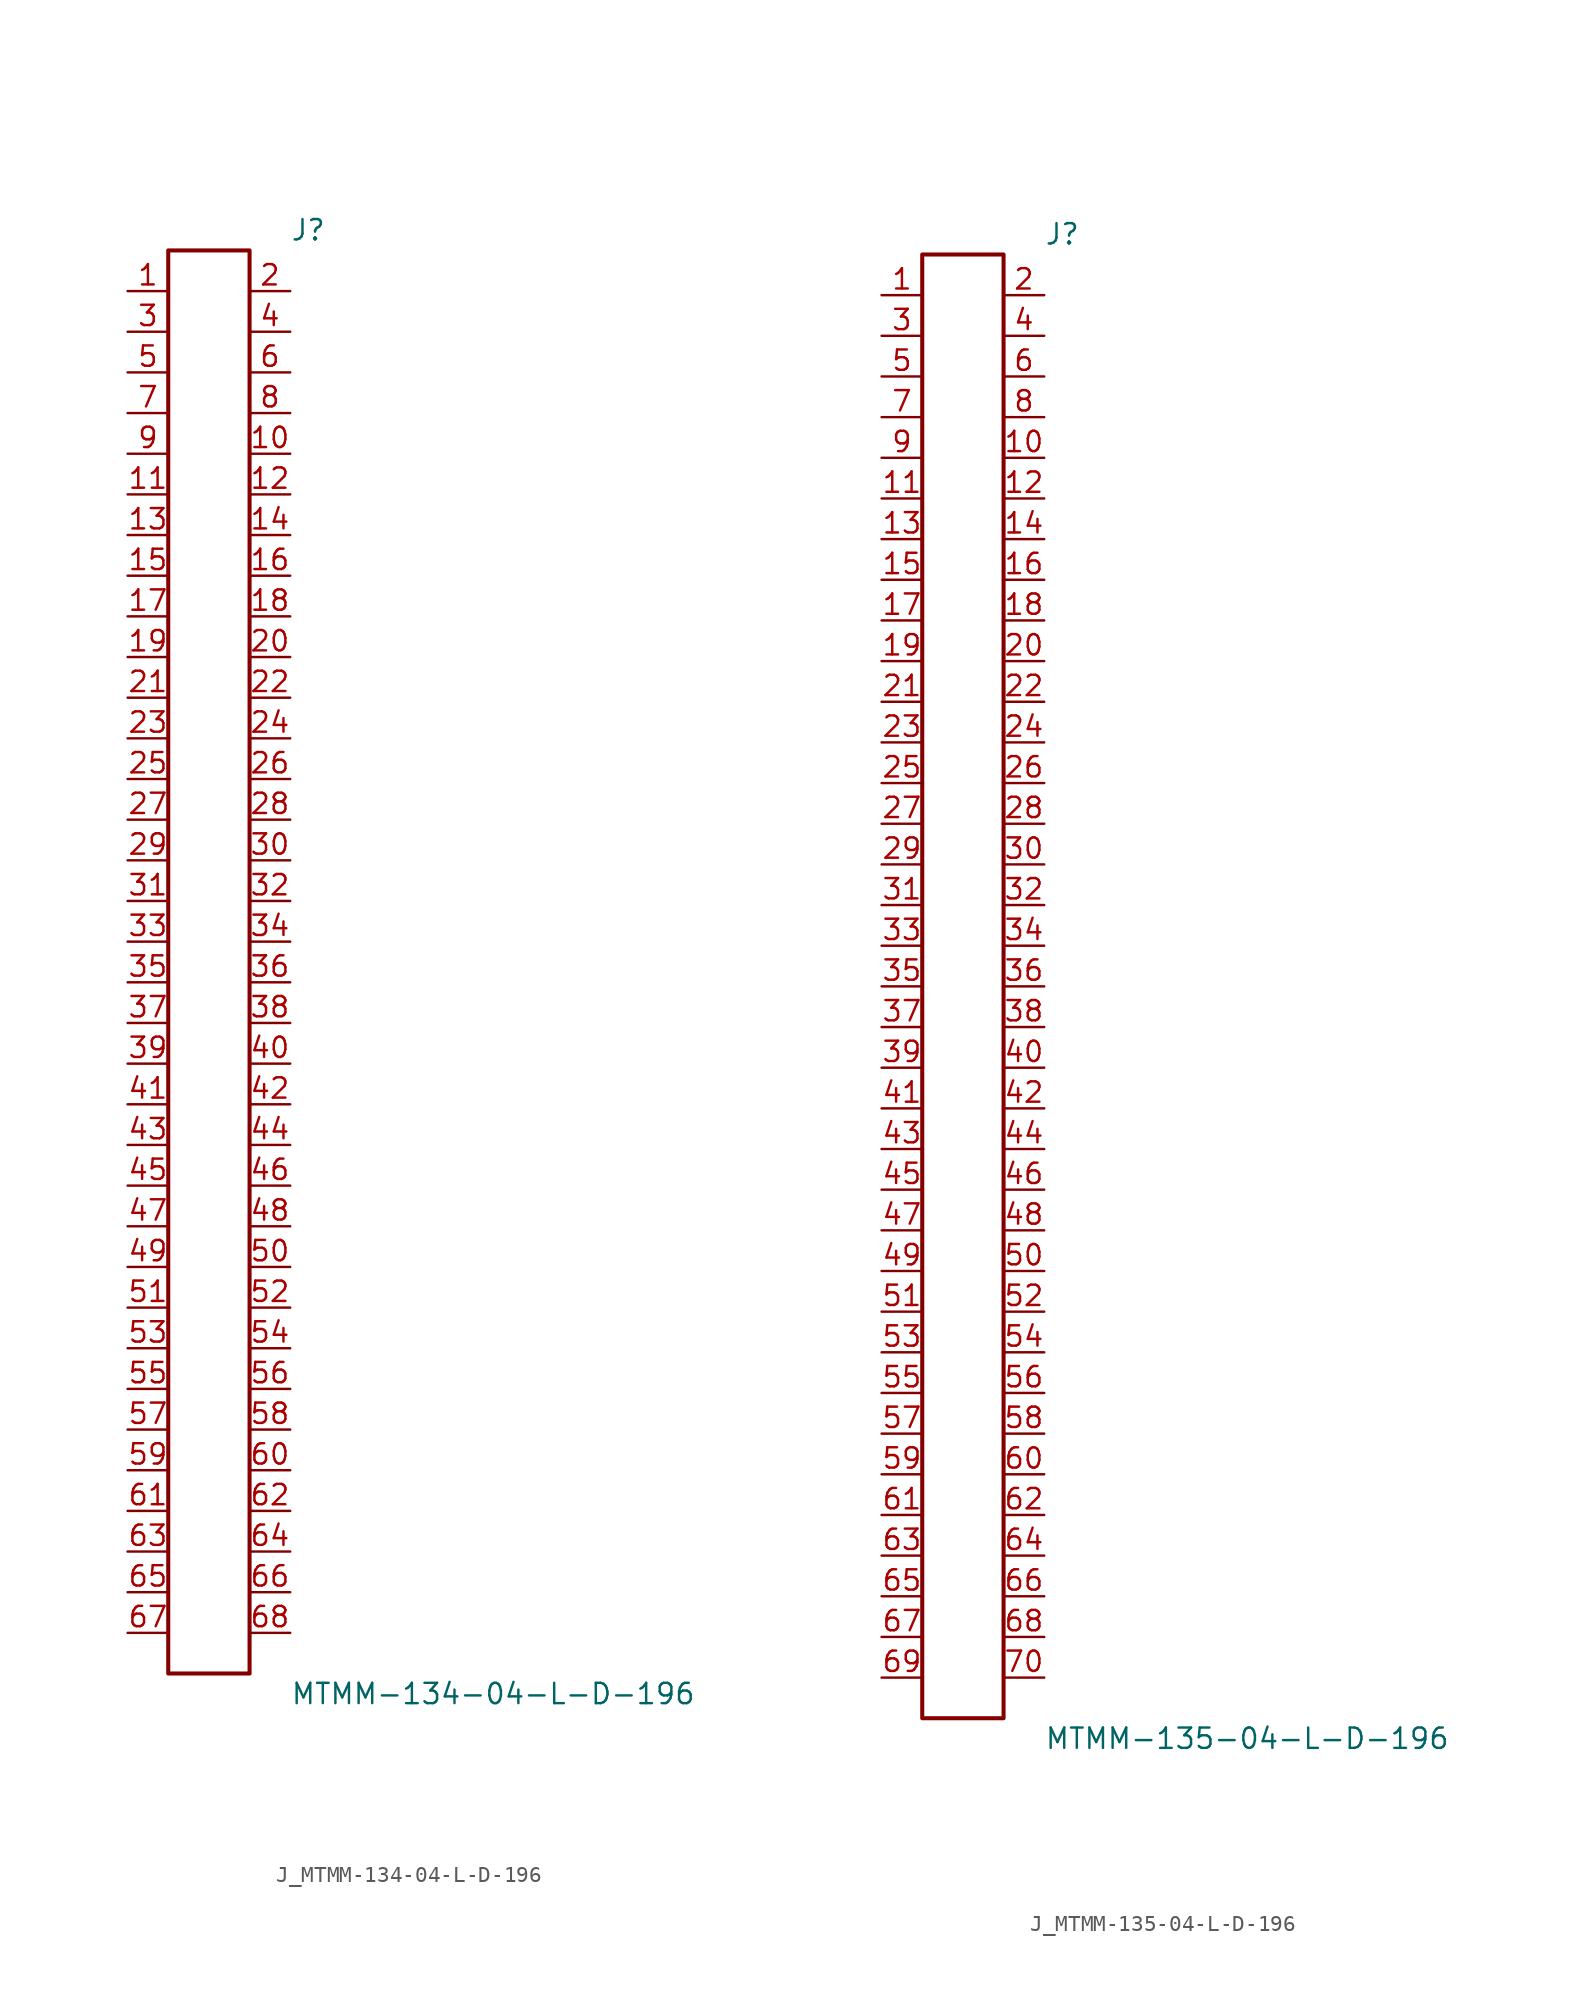
<source format=kicad_sym>
(kicad_symbol_lib
  (version 20231120)
  (generator kicad_symbol_editor)
  (generator_version 8.0)
  (symbol "J_MTMM-134-04-L-D-196"
    (pin_names
      (offset 0.254))
    (property "Reference" "J"
      (at 5.08 45.72 0)
      (effects (font (size 1.27 1.27)) (justify left)))
    (property "Value" "MTMM-134-04-L-D-196"
      (at 5.08 -45.72 0)
      (effects (font (size 1.27 1.27)) (justify left)))
    (symbol "J_MTMM-134-04-L-D-196_0_0"
      (pin passive line (at -5.08 41.91 0) (length 2.54) (name "" (effects (font (size 1.27 1.27)))) (number "1" (effects (font (size 1.27 1.27)))))
      (pin passive line (at 5.08 41.91 180) (length 2.54) (name "" (effects (font (size 1.27 1.27)))) (number "2" (effects (font (size 1.27 1.27)))))
      (pin passive line (at -5.08 39.37 0) (length 2.54) (name "" (effects (font (size 1.27 1.27)))) (number "3" (effects (font (size 1.27 1.27)))))
      (pin passive line (at 5.08 39.37 180) (length 2.54) (name "" (effects (font (size 1.27 1.27)))) (number "4" (effects (font (size 1.27 1.27)))))
      (pin passive line (at -5.08 36.83 0) (length 2.54) (name "" (effects (font (size 1.27 1.27)))) (number "5" (effects (font (size 1.27 1.27)))))
      (pin passive line (at 5.08 36.83 180) (length 2.54) (name "" (effects (font (size 1.27 1.27)))) (number "6" (effects (font (size 1.27 1.27)))))
      (pin passive line (at -5.08 34.29 0) (length 2.54) (name "" (effects (font (size 1.27 1.27)))) (number "7" (effects (font (size 1.27 1.27)))))
      (pin passive line (at 5.08 34.29 180) (length 2.54) (name "" (effects (font (size 1.27 1.27)))) (number "8" (effects (font (size 1.27 1.27)))))
      (pin passive line (at -5.08 31.75 0) (length 2.54) (name "" (effects (font (size 1.27 1.27)))) (number "9" (effects (font (size 1.27 1.27)))))
      (pin passive line (at 5.08 31.75 180) (length 2.54) (name "" (effects (font (size 1.27 1.27)))) (number "10" (effects (font (size 1.27 1.27)))))
      (pin passive line (at -5.08 29.21 0) (length 2.54) (name "" (effects (font (size 1.27 1.27)))) (number "11" (effects (font (size 1.27 1.27)))))
      (pin passive line (at 5.08 29.21 180) (length 2.54) (name "" (effects (font (size 1.27 1.27)))) (number "12" (effects (font (size 1.27 1.27)))))
      (pin passive line (at -5.08 26.67 0) (length 2.54) (name "" (effects (font (size 1.27 1.27)))) (number "13" (effects (font (size 1.27 1.27)))))
      (pin passive line (at 5.08 26.67 180) (length 2.54) (name "" (effects (font (size 1.27 1.27)))) (number "14" (effects (font (size 1.27 1.27)))))
      (pin passive line (at -5.08 24.13 0) (length 2.54) (name "" (effects (font (size 1.27 1.27)))) (number "15" (effects (font (size 1.27 1.27)))))
      (pin passive line (at 5.08 24.13 180) (length 2.54) (name "" (effects (font (size 1.27 1.27)))) (number "16" (effects (font (size 1.27 1.27)))))
      (pin passive line (at -5.08 21.59 0) (length 2.54) (name "" (effects (font (size 1.27 1.27)))) (number "17" (effects (font (size 1.27 1.27)))))
      (pin passive line (at 5.08 21.59 180) (length 2.54) (name "" (effects (font (size 1.27 1.27)))) (number "18" (effects (font (size 1.27 1.27)))))
      (pin passive line (at -5.08 19.05 0) (length 2.54) (name "" (effects (font (size 1.27 1.27)))) (number "19" (effects (font (size 1.27 1.27)))))
      (pin passive line (at 5.08 19.05 180) (length 2.54) (name "" (effects (font (size 1.27 1.27)))) (number "20" (effects (font (size 1.27 1.27)))))
      (pin passive line (at -5.08 16.51 0) (length 2.54) (name "" (effects (font (size 1.27 1.27)))) (number "21" (effects (font (size 1.27 1.27)))))
      (pin passive line (at 5.08 16.51 180) (length 2.54) (name "" (effects (font (size 1.27 1.27)))) (number "22" (effects (font (size 1.27 1.27)))))
      (pin passive line (at -5.08 13.97 0) (length 2.54) (name "" (effects (font (size 1.27 1.27)))) (number "23" (effects (font (size 1.27 1.27)))))
      (pin passive line (at 5.08 13.97 180) (length 2.54) (name "" (effects (font (size 1.27 1.27)))) (number "24" (effects (font (size 1.27 1.27)))))
      (pin passive line (at -5.08 11.43 0) (length 2.54) (name "" (effects (font (size 1.27 1.27)))) (number "25" (effects (font (size 1.27 1.27)))))
      (pin passive line (at 5.08 11.43 180) (length 2.54) (name "" (effects (font (size 1.27 1.27)))) (number "26" (effects (font (size 1.27 1.27)))))
      (pin passive line (at -5.08 8.89 0) (length 2.54) (name "" (effects (font (size 1.27 1.27)))) (number "27" (effects (font (size 1.27 1.27)))))
      (pin passive line (at 5.08 8.89 180) (length 2.54) (name "" (effects (font (size 1.27 1.27)))) (number "28" (effects (font (size 1.27 1.27)))))
      (pin passive line (at -5.08 6.35 0) (length 2.54) (name "" (effects (font (size 1.27 1.27)))) (number "29" (effects (font (size 1.27 1.27)))))
      (pin passive line (at 5.08 6.35 180) (length 2.54) (name "" (effects (font (size 1.27 1.27)))) (number "30" (effects (font (size 1.27 1.27)))))
      (pin passive line (at -5.08 3.81 0) (length 2.54) (name "" (effects (font (size 1.27 1.27)))) (number "31" (effects (font (size 1.27 1.27)))))
      (pin passive line (at 5.08 3.81 180) (length 2.54) (name "" (effects (font (size 1.27 1.27)))) (number "32" (effects (font (size 1.27 1.27)))))
      (pin passive line (at -5.08 1.27 0) (length 2.54) (name "" (effects (font (size 1.27 1.27)))) (number "33" (effects (font (size 1.27 1.27)))))
      (pin passive line (at 5.08 1.27 180) (length 2.54) (name "" (effects (font (size 1.27 1.27)))) (number "34" (effects (font (size 1.27 1.27)))))
      (pin passive line (at -5.08 -1.27 0) (length 2.54) (name "" (effects (font (size 1.27 1.27)))) (number "35" (effects (font (size 1.27 1.27)))))
      (pin passive line (at 5.08 -1.27 180) (length 2.54) (name "" (effects (font (size 1.27 1.27)))) (number "36" (effects (font (size 1.27 1.27)))))
      (pin passive line (at -5.08 -3.81 0) (length 2.54) (name "" (effects (font (size 1.27 1.27)))) (number "37" (effects (font (size 1.27 1.27)))))
      (pin passive line (at 5.08 -3.81 180) (length 2.54) (name "" (effects (font (size 1.27 1.27)))) (number "38" (effects (font (size 1.27 1.27)))))
      (pin passive line (at -5.08 -6.35 0) (length 2.54) (name "" (effects (font (size 1.27 1.27)))) (number "39" (effects (font (size 1.27 1.27)))))
      (pin passive line (at 5.08 -6.35 180) (length 2.54) (name "" (effects (font (size 1.27 1.27)))) (number "40" (effects (font (size 1.27 1.27)))))
      (pin passive line (at -5.08 -8.89 0) (length 2.54) (name "" (effects (font (size 1.27 1.27)))) (number "41" (effects (font (size 1.27 1.27)))))
      (pin passive line (at 5.08 -8.89 180) (length 2.54) (name "" (effects (font (size 1.27 1.27)))) (number "42" (effects (font (size 1.27 1.27)))))
      (pin passive line (at -5.08 -11.43 0) (length 2.54) (name "" (effects (font (size 1.27 1.27)))) (number "43" (effects (font (size 1.27 1.27)))))
      (pin passive line (at 5.08 -11.43 180) (length 2.54) (name "" (effects (font (size 1.27 1.27)))) (number "44" (effects (font (size 1.27 1.27)))))
      (pin passive line (at -5.08 -13.97 0) (length 2.54) (name "" (effects (font (size 1.27 1.27)))) (number "45" (effects (font (size 1.27 1.27)))))
      (pin passive line (at 5.08 -13.97 180) (length 2.54) (name "" (effects (font (size 1.27 1.27)))) (number "46" (effects (font (size 1.27 1.27)))))
      (pin passive line (at -5.08 -16.51 0) (length 2.54) (name "" (effects (font (size 1.27 1.27)))) (number "47" (effects (font (size 1.27 1.27)))))
      (pin passive line (at 5.08 -16.51 180) (length 2.54) (name "" (effects (font (size 1.27 1.27)))) (number "48" (effects (font (size 1.27 1.27)))))
      (pin passive line (at -5.08 -19.05 0) (length 2.54) (name "" (effects (font (size 1.27 1.27)))) (number "49" (effects (font (size 1.27 1.27)))))
      (pin passive line (at 5.08 -19.05 180) (length 2.54) (name "" (effects (font (size 1.27 1.27)))) (number "50" (effects (font (size 1.27 1.27)))))
      (pin passive line (at -5.08 -21.59 0) (length 2.54) (name "" (effects (font (size 1.27 1.27)))) (number "51" (effects (font (size 1.27 1.27)))))
      (pin passive line (at 5.08 -21.59 180) (length 2.54) (name "" (effects (font (size 1.27 1.27)))) (number "52" (effects (font (size 1.27 1.27)))))
      (pin passive line (at -5.08 -24.13 0) (length 2.54) (name "" (effects (font (size 1.27 1.27)))) (number "53" (effects (font (size 1.27 1.27)))))
      (pin passive line (at 5.08 -24.13 180) (length 2.54) (name "" (effects (font (size 1.27 1.27)))) (number "54" (effects (font (size 1.27 1.27)))))
      (pin passive line (at -5.08 -26.67 0) (length 2.54) (name "" (effects (font (size 1.27 1.27)))) (number "55" (effects (font (size 1.27 1.27)))))
      (pin passive line (at 5.08 -26.67 180) (length 2.54) (name "" (effects (font (size 1.27 1.27)))) (number "56" (effects (font (size 1.27 1.27)))))
      (pin passive line (at -5.08 -29.21 0) (length 2.54) (name "" (effects (font (size 1.27 1.27)))) (number "57" (effects (font (size 1.27 1.27)))))
      (pin passive line (at 5.08 -29.21 180) (length 2.54) (name "" (effects (font (size 1.27 1.27)))) (number "58" (effects (font (size 1.27 1.27)))))
      (pin passive line (at -5.08 -31.75 0) (length 2.54) (name "" (effects (font (size 1.27 1.27)))) (number "59" (effects (font (size 1.27 1.27)))))
      (pin passive line (at 5.08 -31.75 180) (length 2.54) (name "" (effects (font (size 1.27 1.27)))) (number "60" (effects (font (size 1.27 1.27)))))
      (pin passive line (at -5.08 -34.29 0) (length 2.54) (name "" (effects (font (size 1.27 1.27)))) (number "61" (effects (font (size 1.27 1.27)))))
      (pin passive line (at 5.08 -34.29 180) (length 2.54) (name "" (effects (font (size 1.27 1.27)))) (number "62" (effects (font (size 1.27 1.27)))))
      (pin passive line (at -5.08 -36.83 0) (length 2.54) (name "" (effects (font (size 1.27 1.27)))) (number "63" (effects (font (size 1.27 1.27)))))
      (pin passive line (at 5.08 -36.83 180) (length 2.54) (name "" (effects (font (size 1.27 1.27)))) (number "64" (effects (font (size 1.27 1.27)))))
      (pin passive line (at -5.08 -39.37 0) (length 2.54) (name "" (effects (font (size 1.27 1.27)))) (number "65" (effects (font (size 1.27 1.27)))))
      (pin passive line (at 5.08 -39.37 180) (length 2.54) (name "" (effects (font (size 1.27 1.27)))) (number "66" (effects (font (size 1.27 1.27)))))
      (pin passive line (at -5.08 -41.91 0) (length 2.54) (name "" (effects (font (size 1.27 1.27)))) (number "67" (effects (font (size 1.27 1.27)))))
      (pin passive line (at 5.08 -41.91 180) (length 2.54) (name "" (effects (font (size 1.27 1.27)))) (number "68" (effects (font (size 1.27 1.27))))))
    (symbol "J_MTMM-134-04-L-D-196_1_0"
      (rectangle (start -2.54 44.45) (end 2.54 -44.45) (stroke (width 0.254) (type solid)) (fill (type none)))))
  (symbol "J_MTMM-135-04-L-D-196"
    (pin_names
      (offset 0.254))
    (property "Reference" "J"
      (at 5.08 46.99 0)
      (effects (font (size 1.27 1.27)) (justify left)))
    (property "Value" "MTMM-135-04-L-D-196"
      (at 5.08 -46.99 0)
      (effects (font (size 1.27 1.27)) (justify left)))
    (symbol "J_MTMM-135-04-L-D-196_0_0"
      (pin passive line (at -5.08 43.18 0) (length 2.54) (name "" (effects (font (size 1.27 1.27)))) (number "1" (effects (font (size 1.27 1.27)))))
      (pin passive line (at 5.08 43.18 180) (length 2.54) (name "" (effects (font (size 1.27 1.27)))) (number "2" (effects (font (size 1.27 1.27)))))
      (pin passive line (at -5.08 40.64 0) (length 2.54) (name "" (effects (font (size 1.27 1.27)))) (number "3" (effects (font (size 1.27 1.27)))))
      (pin passive line (at 5.08 40.64 180) (length 2.54) (name "" (effects (font (size 1.27 1.27)))) (number "4" (effects (font (size 1.27 1.27)))))
      (pin passive line (at -5.08 38.1 0) (length 2.54) (name "" (effects (font (size 1.27 1.27)))) (number "5" (effects (font (size 1.27 1.27)))))
      (pin passive line (at 5.08 38.1 180) (length 2.54) (name "" (effects (font (size 1.27 1.27)))) (number "6" (effects (font (size 1.27 1.27)))))
      (pin passive line (at -5.08 35.56 0) (length 2.54) (name "" (effects (font (size 1.27 1.27)))) (number "7" (effects (font (size 1.27 1.27)))))
      (pin passive line (at 5.08 35.56 180) (length 2.54) (name "" (effects (font (size 1.27 1.27)))) (number "8" (effects (font (size 1.27 1.27)))))
      (pin passive line (at -5.08 33.02 0) (length 2.54) (name "" (effects (font (size 1.27 1.27)))) (number "9" (effects (font (size 1.27 1.27)))))
      (pin passive line (at 5.08 33.02 180) (length 2.54) (name "" (effects (font (size 1.27 1.27)))) (number "10" (effects (font (size 1.27 1.27)))))
      (pin passive line (at -5.08 30.48 0) (length 2.54) (name "" (effects (font (size 1.27 1.27)))) (number "11" (effects (font (size 1.27 1.27)))))
      (pin passive line (at 5.08 30.48 180) (length 2.54) (name "" (effects (font (size 1.27 1.27)))) (number "12" (effects (font (size 1.27 1.27)))))
      (pin passive line (at -5.08 27.94 0) (length 2.54) (name "" (effects (font (size 1.27 1.27)))) (number "13" (effects (font (size 1.27 1.27)))))
      (pin passive line (at 5.08 27.94 180) (length 2.54) (name "" (effects (font (size 1.27 1.27)))) (number "14" (effects (font (size 1.27 1.27)))))
      (pin passive line (at -5.08 25.4 0) (length 2.54) (name "" (effects (font (size 1.27 1.27)))) (number "15" (effects (font (size 1.27 1.27)))))
      (pin passive line (at 5.08 25.4 180) (length 2.54) (name "" (effects (font (size 1.27 1.27)))) (number "16" (effects (font (size 1.27 1.27)))))
      (pin passive line (at -5.08 22.86 0) (length 2.54) (name "" (effects (font (size 1.27 1.27)))) (number "17" (effects (font (size 1.27 1.27)))))
      (pin passive line (at 5.08 22.86 180) (length 2.54) (name "" (effects (font (size 1.27 1.27)))) (number "18" (effects (font (size 1.27 1.27)))))
      (pin passive line (at -5.08 20.32 0) (length 2.54) (name "" (effects (font (size 1.27 1.27)))) (number "19" (effects (font (size 1.27 1.27)))))
      (pin passive line (at 5.08 20.32 180) (length 2.54) (name "" (effects (font (size 1.27 1.27)))) (number "20" (effects (font (size 1.27 1.27)))))
      (pin passive line (at -5.08 17.78 0) (length 2.54) (name "" (effects (font (size 1.27 1.27)))) (number "21" (effects (font (size 1.27 1.27)))))
      (pin passive line (at 5.08 17.78 180) (length 2.54) (name "" (effects (font (size 1.27 1.27)))) (number "22" (effects (font (size 1.27 1.27)))))
      (pin passive line (at -5.08 15.24 0) (length 2.54) (name "" (effects (font (size 1.27 1.27)))) (number "23" (effects (font (size 1.27 1.27)))))
      (pin passive line (at 5.08 15.24 180) (length 2.54) (name "" (effects (font (size 1.27 1.27)))) (number "24" (effects (font (size 1.27 1.27)))))
      (pin passive line (at -5.08 12.7 0) (length 2.54) (name "" (effects (font (size 1.27 1.27)))) (number "25" (effects (font (size 1.27 1.27)))))
      (pin passive line (at 5.08 12.7 180) (length 2.54) (name "" (effects (font (size 1.27 1.27)))) (number "26" (effects (font (size 1.27 1.27)))))
      (pin passive line (at -5.08 10.16 0) (length 2.54) (name "" (effects (font (size 1.27 1.27)))) (number "27" (effects (font (size 1.27 1.27)))))
      (pin passive line (at 5.08 10.16 180) (length 2.54) (name "" (effects (font (size 1.27 1.27)))) (number "28" (effects (font (size 1.27 1.27)))))
      (pin passive line (at -5.08 7.62 0) (length 2.54) (name "" (effects (font (size 1.27 1.27)))) (number "29" (effects (font (size 1.27 1.27)))))
      (pin passive line (at 5.08 7.62 180) (length 2.54) (name "" (effects (font (size 1.27 1.27)))) (number "30" (effects (font (size 1.27 1.27)))))
      (pin passive line (at -5.08 5.08 0) (length 2.54) (name "" (effects (font (size 1.27 1.27)))) (number "31" (effects (font (size 1.27 1.27)))))
      (pin passive line (at 5.08 5.08 180) (length 2.54) (name "" (effects (font (size 1.27 1.27)))) (number "32" (effects (font (size 1.27 1.27)))))
      (pin passive line (at -5.08 2.54 0) (length 2.54) (name "" (effects (font (size 1.27 1.27)))) (number "33" (effects (font (size 1.27 1.27)))))
      (pin passive line (at 5.08 2.54 180) (length 2.54) (name "" (effects (font (size 1.27 1.27)))) (number "34" (effects (font (size 1.27 1.27)))))
      (pin passive line (at -5.08 0.0 0) (length 2.54) (name "" (effects (font (size 1.27 1.27)))) (number "35" (effects (font (size 1.27 1.27)))))
      (pin passive line (at 5.08 0.0 180) (length 2.54) (name "" (effects (font (size 1.27 1.27)))) (number "36" (effects (font (size 1.27 1.27)))))
      (pin passive line (at -5.08 -2.54 0) (length 2.54) (name "" (effects (font (size 1.27 1.27)))) (number "37" (effects (font (size 1.27 1.27)))))
      (pin passive line (at 5.08 -2.54 180) (length 2.54) (name "" (effects (font (size 1.27 1.27)))) (number "38" (effects (font (size 1.27 1.27)))))
      (pin passive line (at -5.08 -5.08 0) (length 2.54) (name "" (effects (font (size 1.27 1.27)))) (number "39" (effects (font (size 1.27 1.27)))))
      (pin passive line (at 5.08 -5.08 180) (length 2.54) (name "" (effects (font (size 1.27 1.27)))) (number "40" (effects (font (size 1.27 1.27)))))
      (pin passive line (at -5.08 -7.62 0) (length 2.54) (name "" (effects (font (size 1.27 1.27)))) (number "41" (effects (font (size 1.27 1.27)))))
      (pin passive line (at 5.08 -7.62 180) (length 2.54) (name "" (effects (font (size 1.27 1.27)))) (number "42" (effects (font (size 1.27 1.27)))))
      (pin passive line (at -5.08 -10.16 0) (length 2.54) (name "" (effects (font (size 1.27 1.27)))) (number "43" (effects (font (size 1.27 1.27)))))
      (pin passive line (at 5.08 -10.16 180) (length 2.54) (name "" (effects (font (size 1.27 1.27)))) (number "44" (effects (font (size 1.27 1.27)))))
      (pin passive line (at -5.08 -12.7 0) (length 2.54) (name "" (effects (font (size 1.27 1.27)))) (number "45" (effects (font (size 1.27 1.27)))))
      (pin passive line (at 5.08 -12.7 180) (length 2.54) (name "" (effects (font (size 1.27 1.27)))) (number "46" (effects (font (size 1.27 1.27)))))
      (pin passive line (at -5.08 -15.24 0) (length 2.54) (name "" (effects (font (size 1.27 1.27)))) (number "47" (effects (font (size 1.27 1.27)))))
      (pin passive line (at 5.08 -15.24 180) (length 2.54) (name "" (effects (font (size 1.27 1.27)))) (number "48" (effects (font (size 1.27 1.27)))))
      (pin passive line (at -5.08 -17.78 0) (length 2.54) (name "" (effects (font (size 1.27 1.27)))) (number "49" (effects (font (size 1.27 1.27)))))
      (pin passive line (at 5.08 -17.78 180) (length 2.54) (name "" (effects (font (size 1.27 1.27)))) (number "50" (effects (font (size 1.27 1.27)))))
      (pin passive line (at -5.08 -20.32 0) (length 2.54) (name "" (effects (font (size 1.27 1.27)))) (number "51" (effects (font (size 1.27 1.27)))))
      (pin passive line (at 5.08 -20.32 180) (length 2.54) (name "" (effects (font (size 1.27 1.27)))) (number "52" (effects (font (size 1.27 1.27)))))
      (pin passive line (at -5.08 -22.86 0) (length 2.54) (name "" (effects (font (size 1.27 1.27)))) (number "53" (effects (font (size 1.27 1.27)))))
      (pin passive line (at 5.08 -22.86 180) (length 2.54) (name "" (effects (font (size 1.27 1.27)))) (number "54" (effects (font (size 1.27 1.27)))))
      (pin passive line (at -5.08 -25.4 0) (length 2.54) (name "" (effects (font (size 1.27 1.27)))) (number "55" (effects (font (size 1.27 1.27)))))
      (pin passive line (at 5.08 -25.4 180) (length 2.54) (name "" (effects (font (size 1.27 1.27)))) (number "56" (effects (font (size 1.27 1.27)))))
      (pin passive line (at -5.08 -27.94 0) (length 2.54) (name "" (effects (font (size 1.27 1.27)))) (number "57" (effects (font (size 1.27 1.27)))))
      (pin passive line (at 5.08 -27.94 180) (length 2.54) (name "" (effects (font (size 1.27 1.27)))) (number "58" (effects (font (size 1.27 1.27)))))
      (pin passive line (at -5.08 -30.48 0) (length 2.54) (name "" (effects (font (size 1.27 1.27)))) (number "59" (effects (font (size 1.27 1.27)))))
      (pin passive line (at 5.08 -30.48 180) (length 2.54) (name "" (effects (font (size 1.27 1.27)))) (number "60" (effects (font (size 1.27 1.27)))))
      (pin passive line (at -5.08 -33.02 0) (length 2.54) (name "" (effects (font (size 1.27 1.27)))) (number "61" (effects (font (size 1.27 1.27)))))
      (pin passive line (at 5.08 -33.02 180) (length 2.54) (name "" (effects (font (size 1.27 1.27)))) (number "62" (effects (font (size 1.27 1.27)))))
      (pin passive line (at -5.08 -35.56 0) (length 2.54) (name "" (effects (font (size 1.27 1.27)))) (number "63" (effects (font (size 1.27 1.27)))))
      (pin passive line (at 5.08 -35.56 180) (length 2.54) (name "" (effects (font (size 1.27 1.27)))) (number "64" (effects (font (size 1.27 1.27)))))
      (pin passive line (at -5.08 -38.1 0) (length 2.54) (name "" (effects (font (size 1.27 1.27)))) (number "65" (effects (font (size 1.27 1.27)))))
      (pin passive line (at 5.08 -38.1 180) (length 2.54) (name "" (effects (font (size 1.27 1.27)))) (number "66" (effects (font (size 1.27 1.27)))))
      (pin passive line (at -5.08 -40.64 0) (length 2.54) (name "" (effects (font (size 1.27 1.27)))) (number "67" (effects (font (size 1.27 1.27)))))
      (pin passive line (at 5.08 -40.64 180) (length 2.54) (name "" (effects (font (size 1.27 1.27)))) (number "68" (effects (font (size 1.27 1.27)))))
      (pin passive line (at -5.08 -43.18 0) (length 2.54) (name "" (effects (font (size 1.27 1.27)))) (number "69" (effects (font (size 1.27 1.27)))))
      (pin passive line (at 5.08 -43.18 180) (length 2.54) (name "" (effects (font (size 1.27 1.27)))) (number "70" (effects (font (size 1.27 1.27))))))
    (symbol "J_MTMM-135-04-L-D-196_1_0"
      (rectangle (start -2.54 45.72) (end 2.54 -45.72) (stroke (width 0.254) (type solid)) (fill (type none))))))
</source>
